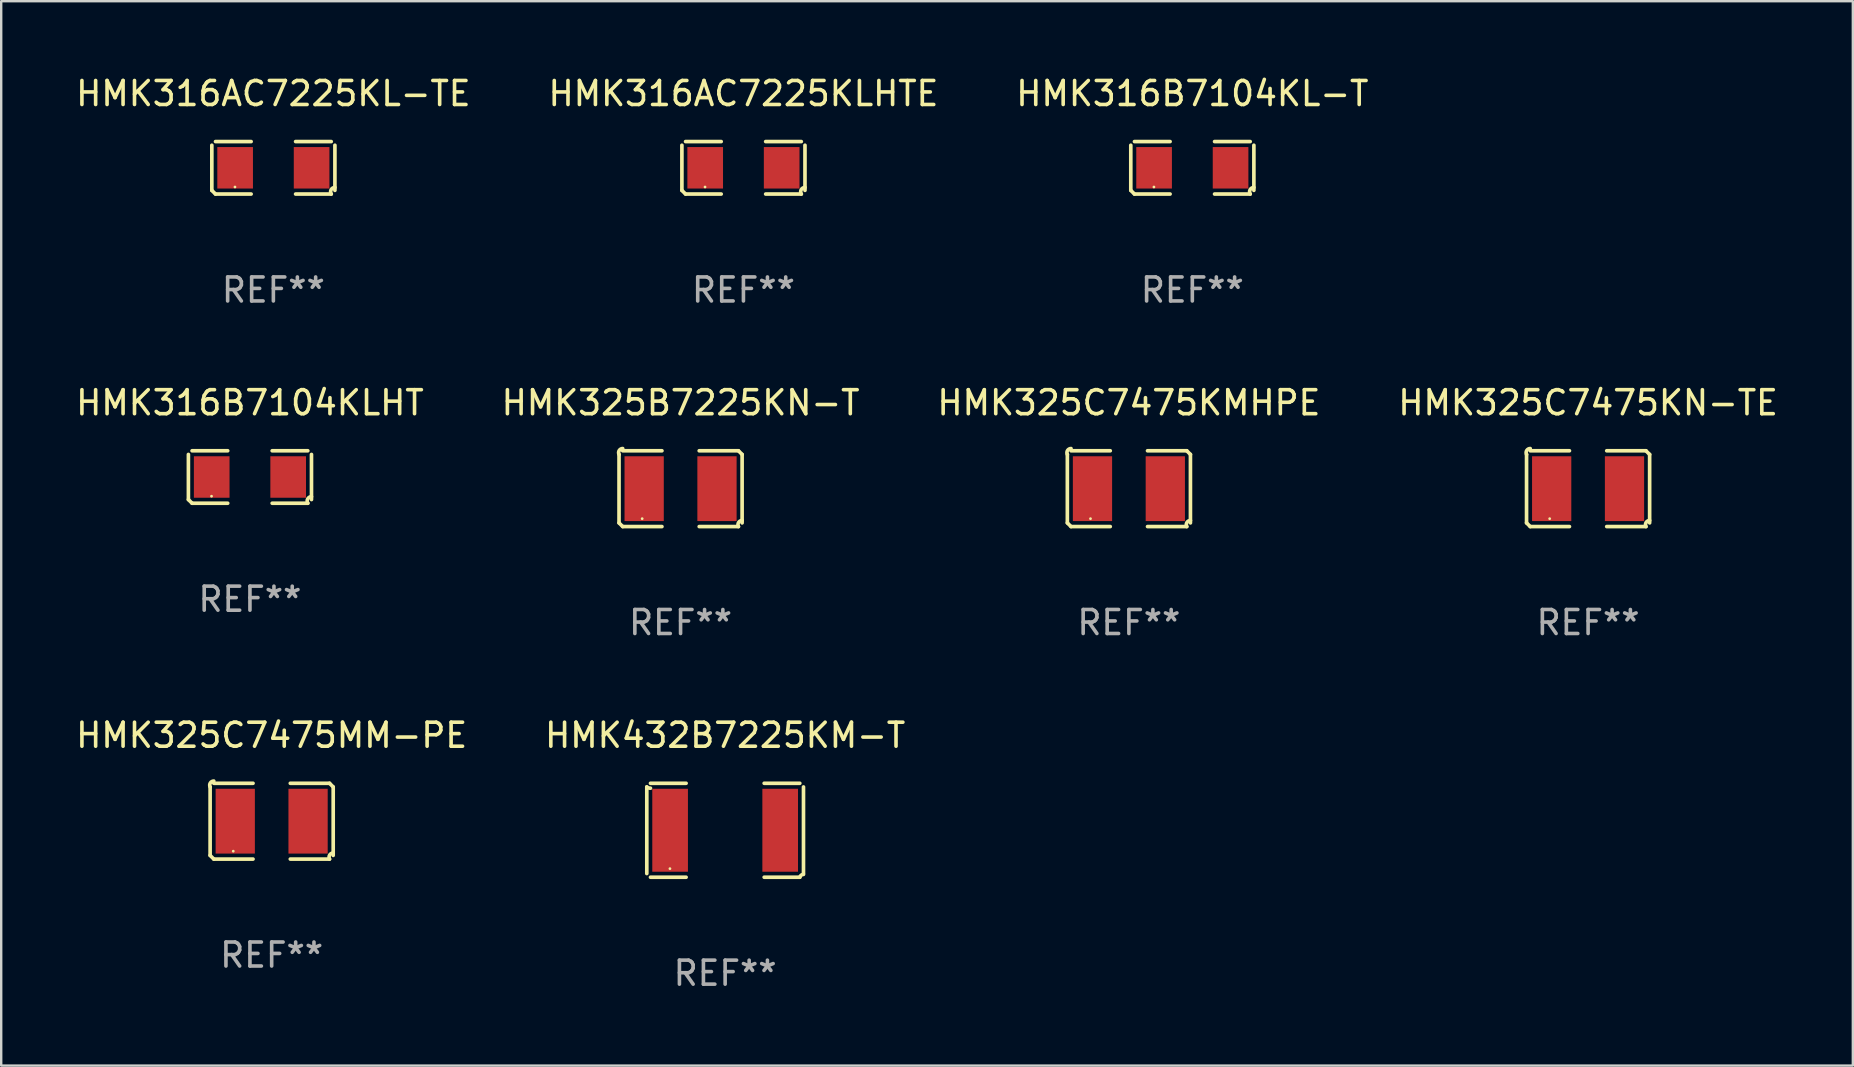
<source format=kicad_pcb>
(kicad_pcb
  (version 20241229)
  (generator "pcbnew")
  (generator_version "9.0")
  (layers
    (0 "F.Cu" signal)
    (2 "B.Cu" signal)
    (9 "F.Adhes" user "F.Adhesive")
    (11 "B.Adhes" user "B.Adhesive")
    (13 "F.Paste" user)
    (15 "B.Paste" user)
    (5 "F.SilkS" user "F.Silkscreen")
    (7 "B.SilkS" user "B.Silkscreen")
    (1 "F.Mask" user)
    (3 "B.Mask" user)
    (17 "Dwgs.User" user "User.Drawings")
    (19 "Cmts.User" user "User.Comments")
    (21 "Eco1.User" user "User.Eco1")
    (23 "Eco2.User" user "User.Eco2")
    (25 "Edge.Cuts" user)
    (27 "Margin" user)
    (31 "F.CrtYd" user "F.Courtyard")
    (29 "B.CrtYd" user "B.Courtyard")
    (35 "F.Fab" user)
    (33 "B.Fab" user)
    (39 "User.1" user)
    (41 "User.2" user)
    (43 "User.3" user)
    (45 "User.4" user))
  (footprint "HMK316AC7225KL-TE"
    (layer "F.Cu")
    (at 8.339 3.941)
    (property "Reference" "HMK316AC7225KL-TE" (at 0 -3.093 0) (layer "F.SilkS") (effects (font (size 1 1) (thickness 0.15))))
    (attr through_hole)
    (fp_line (start -2.564 0.94) (end -2.564 -0.94) (stroke (width 0.152) (type solid)) (layer "F.SilkS"))
    (fp_line (start -2.411 -1.093) (end -0.926 -1.093) (stroke (width 0.152) (type solid)) (layer "F.SilkS"))
    (fp_line (start -0.926 1.093) (end -2.411 1.093) (stroke (width 0.152) (type solid)) (layer "F.SilkS"))
    (fp_line (start 0.926 1.093) (end 2.411 1.093) (stroke (width 0.152) (type solid)) (layer "F.SilkS"))
    (fp_line (start 2.411 -1.093) (end 0.926 -1.093) (stroke (width 0.152) (type solid)) (layer "F.SilkS"))
    (fp_line (start 2.564 0.94) (end 2.564 -0.94) (stroke (width 0.152) (type solid)) (layer "F.SilkS"))
    (fp_arc (start -2.411201 1.092609) (mid -2.487413 1.01642) (end -2.563602 0.940208) (stroke (width 0.1524) (type solid)) (layer "F.SilkS"))
    (fp_arc (start 2.411201 1.092609) (mid 2.407159 0.911226) (end 2.563602 0.819347) (stroke (width 0.1524) (type solid)) (layer "F.SilkS"))
    (fp_circle (center -1.6 0.8) (end -1.57 0.8) (stroke (width 0.06) (type solid)) (fill no) (layer "F.SilkS"))
    (fp_text user "REF**" (at 0 5.093 0) (layer "F.Fab") (effects (font (size 1 1) (thickness 0.15))))
    (pad "1" smd rect (at -1.593 0) (size 1.485 1.728) (layers "F.Cu" "F.Mask" "F.Paste"))
    (pad "2" smd rect (at 1.593 0) (size 1.485 1.728) (layers "F.Cu" "F.Mask" "F.Paste")))
  (footprint "HMK325C7475KMHPE"
    (layer "F.Cu")
    (at 43.982 17.309)
    (property "Reference" "HMK325C7475KMHPE" (at 0 -3.579 0) (layer "F.SilkS") (effects (font (size 1 1) (thickness 0.15))))
    (attr through_hole)
    (fp_line (start -2.564 1.426) (end -2.564 -1.426) (stroke (width 0.152) (type solid)) (layer "F.SilkS"))
    (fp_line (start -2.411 -1.579) (end -0.776 -1.579) (stroke (width 0.152) (type solid)) (layer "F.SilkS"))
    (fp_line (start -0.776 1.579) (end -2.411 1.579) (stroke (width 0.152) (type solid)) (layer "F.SilkS"))
    (fp_line (start 0.776 1.579) (end 2.411 1.579) (stroke (width 0.152) (type solid)) (layer "F.SilkS"))
    (fp_line (start 2.411 -1.579) (end 0.776 -1.579) (stroke (width 0.152) (type solid)) (layer "F.SilkS"))
    (fp_line (start 2.564 1.426) (end 2.564 -1.426) (stroke (width 0.152) (type solid)) (layer "F.SilkS"))
    (fp_arc (start -2.563602 -1.426213) (mid -2.555597 -1.591233) (end -2.411201 -1.671518) (stroke (width 0.1524) (type solid)) (layer "F.SilkS"))
    (fp_arc (start -2.5636 1.426214) (mid -2.487389 1.502402) (end -2.411201 1.578613) (stroke (width 0.1524) (type solid)) (layer "F.SilkS"))
    (fp_arc (start 2.411197 -1.578618) (mid 2.487403 -1.502419) (end 2.563602 -1.426213) (stroke (width 0.1524) (type solid)) (layer "F.SilkS"))
    (fp_arc (start 2.411201 1.578613) (mid 2.416214 1.409455) (end 2.563602 1.32629) (stroke (width 0.1524) (type solid)) (layer "F.SilkS"))
    (fp_circle (center -1.6 1.25) (end -1.57 1.25) (stroke (width 0.06) (type solid)) (fill no) (layer "F.SilkS"))
    (fp_text user "REF**" (at 0 5.579 0) (layer "F.Fab") (effects (font (size 1 1) (thickness 0.15))))
    (pad "1" smd rect (at -1.517 0) (size 1.635 2.7) (layers "F.Cu" "F.Mask" "F.Paste"))
    (pad "2" smd rect (at 1.517 0) (size 1.635 2.7) (layers "F.Cu" "F.Mask" "F.Paste")))
  (footprint "HMK316AC7225KLHTE"
    (layer "F.Cu")
    (at 27.923 3.941)
    (property "Reference" "HMK316AC7225KLHTE" (at 0 -3.093 0) (layer "F.SilkS") (effects (font (size 1 1) (thickness 0.15))))
    (attr through_hole)
    (fp_line (start -2.564 0.94) (end -2.564 -0.94) (stroke (width 0.152) (type solid)) (layer "F.SilkS"))
    (fp_line (start -2.411 -1.093) (end -0.926 -1.093) (stroke (width 0.152) (type solid)) (layer "F.SilkS"))
    (fp_line (start -0.926 1.093) (end -2.411 1.093) (stroke (width 0.152) (type solid)) (layer "F.SilkS"))
    (fp_line (start 0.926 1.093) (end 2.411 1.093) (stroke (width 0.152) (type solid)) (layer "F.SilkS"))
    (fp_line (start 2.411 -1.093) (end 0.926 -1.093) (stroke (width 0.152) (type solid)) (layer "F.SilkS"))
    (fp_line (start 2.564 0.94) (end 2.564 -0.94) (stroke (width 0.152) (type solid)) (layer "F.SilkS"))
    (fp_arc (start -2.411201 1.092609) (mid -2.487413 1.01642) (end -2.563602 0.940208) (stroke (width 0.1524) (type solid)) (layer "F.SilkS"))
    (fp_arc (start 2.411201 1.092609) (mid 2.407159 0.911226) (end 2.563602 0.819347) (stroke (width 0.1524) (type solid)) (layer "F.SilkS"))
    (fp_circle (center -1.6 0.8) (end -1.57 0.8) (stroke (width 0.06) (type solid)) (fill no) (layer "F.SilkS"))
    (fp_text user "REF**" (at 0 5.093 0) (layer "F.Fab") (effects (font (size 1 1) (thickness 0.15))))
    (pad "1" smd rect (at -1.593 0) (size 1.485 1.728) (layers "F.Cu" "F.Mask" "F.Paste"))
    (pad "2" smd rect (at 1.593 0) (size 1.485 1.728) (layers "F.Cu" "F.Mask" "F.Paste")))
  (footprint "HMK316B7104KLHT"
    (layer "F.Cu")
    (at 7.363 16.823)
    (property "Reference" "HMK316B7104KLHT" (at 0 -3.093 0) (layer "F.SilkS") (effects (font (size 1 1) (thickness 0.15))))
    (attr through_hole)
    (fp_line (start -2.564 0.94) (end -2.564 -0.94) (stroke (width 0.152) (type solid)) (layer "F.SilkS"))
    (fp_line (start -2.411 -1.093) (end -0.926 -1.093) (stroke (width 0.152) (type solid)) (layer "F.SilkS"))
    (fp_line (start -0.926 1.093) (end -2.411 1.093) (stroke (width 0.152) (type solid)) (layer "F.SilkS"))
    (fp_line (start 0.926 1.093) (end 2.411 1.093) (stroke (width 0.152) (type solid)) (layer "F.SilkS"))
    (fp_line (start 2.411 -1.093) (end 0.926 -1.093) (stroke (width 0.152) (type solid)) (layer "F.SilkS"))
    (fp_line (start 2.564 0.94) (end 2.564 -0.94) (stroke (width 0.152) (type solid)) (layer "F.SilkS"))
    (fp_arc (start -2.411201 1.092609) (mid -2.487413 1.01642) (end -2.563602 0.940208) (stroke (width 0.1524) (type solid)) (layer "F.SilkS"))
    (fp_arc (start 2.411201 1.092609) (mid 2.407159 0.911226) (end 2.563602 0.819347) (stroke (width 0.1524) (type solid)) (layer "F.SilkS"))
    (fp_circle (center -1.6 0.8) (end -1.57 0.8) (stroke (width 0.06) (type solid)) (fill no) (layer "F.SilkS"))
    (fp_text user "REF**" (at 0 5.093 0) (layer "F.Fab") (effects (font (size 1 1) (thickness 0.15))))
    (pad "1" smd rect (at -1.593 0) (size 1.485 1.728) (layers "F.Cu" "F.Mask" "F.Paste"))
    (pad "2" smd rect (at 1.593 0) (size 1.485 1.728) (layers "F.Cu" "F.Mask" "F.Paste")))
  (footprint "HMK325C7475KN-TE"
    (layer "F.Cu")
    (at 63.113 17.309)
    (property "Reference" "HMK325C7475KN-TE" (at 0 -3.579 0) (layer "F.SilkS") (effects (font (size 1 1) (thickness 0.15))))
    (attr through_hole)
    (fp_line (start -2.564 1.426) (end -2.564 -1.426) (stroke (width 0.152) (type solid)) (layer "F.SilkS"))
    (fp_line (start -2.411 -1.579) (end -0.776 -1.579) (stroke (width 0.152) (type solid)) (layer "F.SilkS"))
    (fp_line (start -0.776 1.579) (end -2.411 1.579) (stroke (width 0.152) (type solid)) (layer "F.SilkS"))
    (fp_line (start 0.776 1.579) (end 2.411 1.579) (stroke (width 0.152) (type solid)) (layer "F.SilkS"))
    (fp_line (start 2.411 -1.579) (end 0.776 -1.579) (stroke (width 0.152) (type solid)) (layer "F.SilkS"))
    (fp_line (start 2.564 1.426) (end 2.564 -1.426) (stroke (width 0.152) (type solid)) (layer "F.SilkS"))
    (fp_arc (start -2.563602 -1.426213) (mid -2.555597 -1.591233) (end -2.411201 -1.671518) (stroke (width 0.1524) (type solid)) (layer "F.SilkS"))
    (fp_arc (start -2.5636 1.426214) (mid -2.487389 1.502402) (end -2.411201 1.578613) (stroke (width 0.1524) (type solid)) (layer "F.SilkS"))
    (fp_arc (start 2.411197 -1.578618) (mid 2.487403 -1.502419) (end 2.563602 -1.426213) (stroke (width 0.1524) (type solid)) (layer "F.SilkS"))
    (fp_arc (start 2.411201 1.578613) (mid 2.416214 1.409455) (end 2.563602 1.32629) (stroke (width 0.1524) (type solid)) (layer "F.SilkS"))
    (fp_circle (center -1.6 1.25) (end -1.57 1.25) (stroke (width 0.06) (type solid)) (fill no) (layer "F.SilkS"))
    (fp_text user "REF**" (at 0 5.579 0) (layer "F.Fab") (effects (font (size 1 1) (thickness 0.15))))
    (pad "1" smd rect (at -1.517 0) (size 1.635 2.7) (layers "F.Cu" "F.Mask" "F.Paste"))
    (pad "2" smd rect (at 1.517 0) (size 1.635 2.7) (layers "F.Cu" "F.Mask" "F.Paste")))
  (footprint "HMK325B7225KN-T"
    (layer "F.Cu")
    (at 25.304 17.309)
    (property "Reference" "HMK325B7225KN-T" (at 0 -3.579 0) (layer "F.SilkS") (effects (font (size 1 1) (thickness 0.15))))
    (attr through_hole)
    (fp_line (start -2.564 1.426) (end -2.564 -1.426) (stroke (width 0.152) (type solid)) (layer "F.SilkS"))
    (fp_line (start -2.411 -1.579) (end -0.776 -1.579) (stroke (width 0.152) (type solid)) (layer "F.SilkS"))
    (fp_line (start -0.776 1.579) (end -2.411 1.579) (stroke (width 0.152) (type solid)) (layer "F.SilkS"))
    (fp_line (start 0.776 1.579) (end 2.411 1.579) (stroke (width 0.152) (type solid)) (layer "F.SilkS"))
    (fp_line (start 2.411 -1.579) (end 0.776 -1.579) (stroke (width 0.152) (type solid)) (layer "F.SilkS"))
    (fp_line (start 2.564 1.426) (end 2.564 -1.426) (stroke (width 0.152) (type solid)) (layer "F.SilkS"))
    (fp_arc (start -2.563602 -1.426213) (mid -2.555597 -1.591233) (end -2.411201 -1.671518) (stroke (width 0.1524) (type solid)) (layer "F.SilkS"))
    (fp_arc (start -2.5636 1.426214) (mid -2.487389 1.502402) (end -2.411201 1.578613) (stroke (width 0.1524) (type solid)) (layer "F.SilkS"))
    (fp_arc (start 2.411197 -1.578618) (mid 2.487403 -1.502419) (end 2.563602 -1.426213) (stroke (width 0.1524) (type solid)) (layer "F.SilkS"))
    (fp_arc (start 2.411201 1.578613) (mid 2.416214 1.409455) (end 2.563602 1.32629) (stroke (width 0.1524) (type solid)) (layer "F.SilkS"))
    (fp_circle (center -1.6 1.25) (end -1.57 1.25) (stroke (width 0.06) (type solid)) (fill no) (layer "F.SilkS"))
    (fp_text user "REF**" (at 0 5.579 0) (layer "F.Fab") (effects (font (size 1 1) (thickness 0.15))))
    (pad "1" smd rect (at -1.517 0) (size 1.635 2.7) (layers "F.Cu" "F.Mask" "F.Paste"))
    (pad "2" smd rect (at 1.517 0) (size 1.635 2.7) (layers "F.Cu" "F.Mask" "F.Paste")))
  (footprint "HMK432B7225KM-T"
    (layer "F.Cu")
    (at 27.161 31.54)
    (property "Reference" "HMK432B7225KM-T" (at 0 -3.957 0) (layer "F.SilkS") (effects (font (size 1 1) (thickness 0.15))))
    (attr through_hole)
    (fp_line (start -3.264 1.804) (end -3.264 -1.804) (stroke (width 0.152) (type solid)) (layer "F.SilkS"))
    (fp_line (start -3.111 -1.957) (end -1.626 -1.957) (stroke (width 0.152) (type solid)) (layer "F.SilkS"))
    (fp_line (start -1.626 1.957) (end -3.111 1.957) (stroke (width 0.152) (type solid)) (layer "F.SilkS"))
    (fp_line (start 1.626 1.957) (end 3.111 1.957) (stroke (width 0.152) (type solid)) (layer "F.SilkS"))
    (fp_line (start 3.111 -1.957) (end 1.626 -1.957) (stroke (width 0.152) (type solid)) (layer "F.SilkS"))
    (fp_line (start 3.264 1.804) (end 3.264 -1.804) (stroke (width 0.152) (type solid)) (layer "F.SilkS"))
    (fp_arc (start -3.111202 -1.752192) (mid -3.191715 -1.76555) (end -3.263602 -1.804191) (stroke (width 0.1524) (type solid)) (layer "F.SilkS"))
    (fp_arc (start 3.111201 1.956591) (mid 3.167789 1.872777) (end 3.263602 1.840424) (stroke (width 0.1524) (type solid)) (layer "F.SilkS"))
    (fp_circle (center -2.3 1.6) (end -2.27 1.6) (stroke (width 0.06) (type solid)) (fill no) (layer "F.SilkS"))
    (fp_text user "REF**" (at 0 5.957 0) (layer "F.Fab") (effects (font (size 1 1) (thickness 0.15))))
    (pad "1" smd rect (at -2.293 0) (size 1.485 3.456) (layers "F.Cu" "F.Mask" "F.Paste"))
    (pad "2" smd rect (at 2.293 0) (size 1.485 3.456) (layers "F.Cu" "F.Mask" "F.Paste")))
  (footprint "HMK316B7104KL-T"
    (layer "F.Cu")
    (at 46.625 3.941)
    (property "Reference" "HMK316B7104KL-T" (at 0 -3.093 0) (layer "F.SilkS") (effects (font (size 1 1) (thickness 0.15))))
    (attr through_hole)
    (fp_line (start -2.564 0.94) (end -2.564 -0.94) (stroke (width 0.152) (type solid)) (layer "F.SilkS"))
    (fp_line (start -2.411 -1.093) (end -0.926 -1.093) (stroke (width 0.152) (type solid)) (layer "F.SilkS"))
    (fp_line (start -0.926 1.093) (end -2.411 1.093) (stroke (width 0.152) (type solid)) (layer "F.SilkS"))
    (fp_line (start 0.926 1.093) (end 2.411 1.093) (stroke (width 0.152) (type solid)) (layer "F.SilkS"))
    (fp_line (start 2.411 -1.093) (end 0.926 -1.093) (stroke (width 0.152) (type solid)) (layer "F.SilkS"))
    (fp_line (start 2.564 0.94) (end 2.564 -0.94) (stroke (width 0.152) (type solid)) (layer "F.SilkS"))
    (fp_arc (start -2.411201 1.092609) (mid -2.487413 1.01642) (end -2.563602 0.940208) (stroke (width 0.1524) (type solid)) (layer "F.SilkS"))
    (fp_arc (start 2.411201 1.092609) (mid 2.407159 0.911226) (end 2.563602 0.819347) (stroke (width 0.1524) (type solid)) (layer "F.SilkS"))
    (fp_circle (center -1.6 0.8) (end -1.57 0.8) (stroke (width 0.06) (type solid)) (fill no) (layer "F.SilkS"))
    (fp_text user "REF**" (at 0 5.093 0) (layer "F.Fab") (effects (font (size 1 1) (thickness 0.15))))
    (pad "1" smd rect (at -1.593 0) (size 1.485 1.728) (layers "F.Cu" "F.Mask" "F.Paste"))
    (pad "2" smd rect (at 1.593 0) (size 1.485 1.728) (layers "F.Cu" "F.Mask" "F.Paste")))
  (footprint "HMK325C7475MM-PE"
    (layer "F.Cu")
    (at 8.268 31.162)
    (property "Reference" "HMK325C7475MM-PE" (at 0 -3.579 0) (layer "F.SilkS") (effects (font (size 1 1) (thickness 0.15))))
    (attr through_hole)
    (fp_line (start -2.564 1.426) (end -2.564 -1.426) (stroke (width 0.152) (type solid)) (layer "F.SilkS"))
    (fp_line (start -2.411 -1.579) (end -0.776 -1.579) (stroke (width 0.152) (type solid)) (layer "F.SilkS"))
    (fp_line (start -0.776 1.579) (end -2.411 1.579) (stroke (width 0.152) (type solid)) (layer "F.SilkS"))
    (fp_line (start 0.776 1.579) (end 2.411 1.579) (stroke (width 0.152) (type solid)) (layer "F.SilkS"))
    (fp_line (start 2.411 -1.579) (end 0.776 -1.579) (stroke (width 0.152) (type solid)) (layer "F.SilkS"))
    (fp_line (start 2.564 1.426) (end 2.564 -1.426) (stroke (width 0.152) (type solid)) (layer "F.SilkS"))
    (fp_arc (start -2.563602 -1.426213) (mid -2.555597 -1.591233) (end -2.411201 -1.671518) (stroke (width 0.1524) (type solid)) (layer "F.SilkS"))
    (fp_arc (start -2.5636 1.426214) (mid -2.487389 1.502402) (end -2.411201 1.578613) (stroke (width 0.1524) (type solid)) (layer "F.SilkS"))
    (fp_arc (start 2.411197 -1.578618) (mid 2.487403 -1.502419) (end 2.563602 -1.426213) (stroke (width 0.1524) (type solid)) (layer "F.SilkS"))
    (fp_arc (start 2.411201 1.578613) (mid 2.416214 1.409455) (end 2.563602 1.32629) (stroke (width 0.1524) (type solid)) (layer "F.SilkS"))
    (fp_circle (center -1.6 1.25) (end -1.57 1.25) (stroke (width 0.06) (type solid)) (fill no) (layer "F.SilkS"))
    (fp_text user "REF**" (at 0 5.579 0) (layer "F.Fab") (effects (font (size 1 1) (thickness 0.15))))
    (pad "1" smd rect (at -1.517 0) (size 1.635 2.7) (layers "F.Cu" "F.Mask" "F.Paste"))
    (pad "2" smd rect (at 1.517 0) (size 1.635 2.7) (layers "F.Cu" "F.Mask" "F.Paste")))
  (gr_rect
    (start -3 -3)
    (end 74.143 41.345)
    (stroke (width 0.1) (type default))
    (fill no)
    (layer "Edge.Cuts")))
</source>
